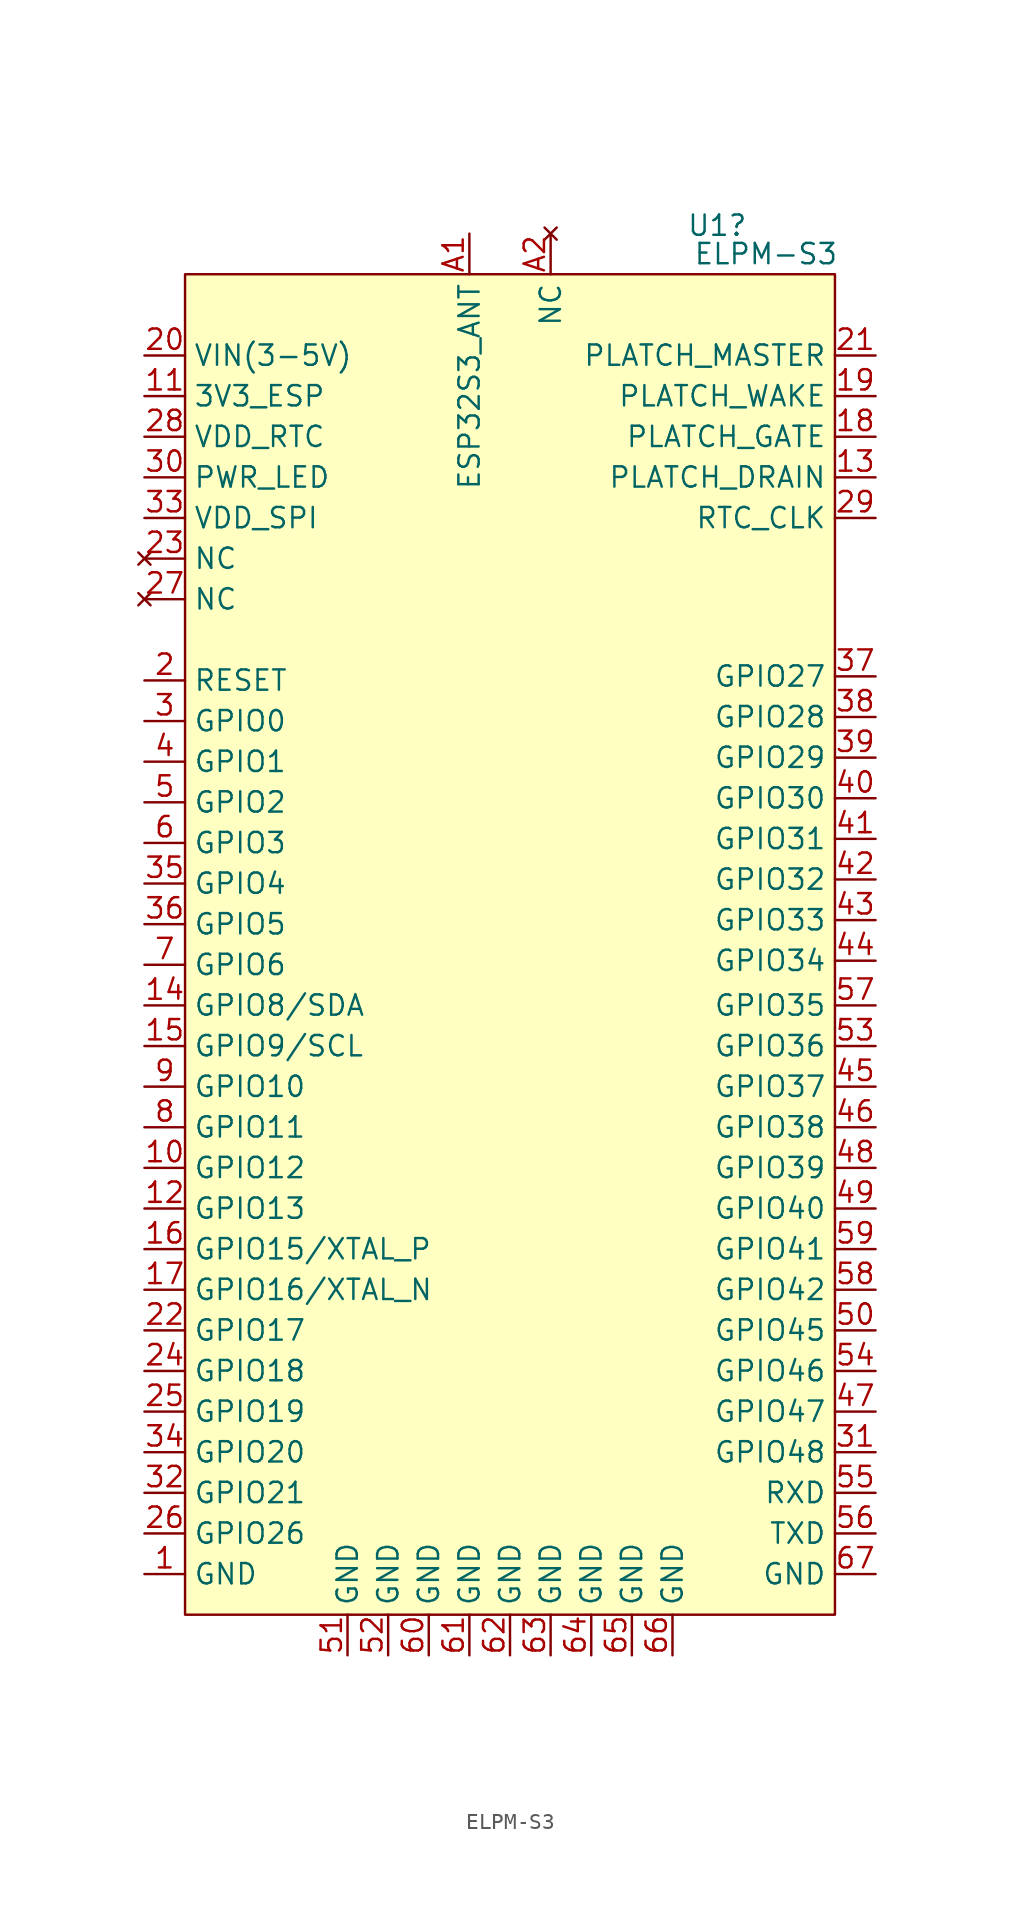
<source format=kicad_sym>
(kicad_symbol_lib
  (version 20231120)
  (generator "kicad_symbol_editor")
  (generator_version "8.0")
  (symbol "ELPM-S3"
    (property "Reference" "U1"
      (at 12.954 43.688 0)
      (effects (font (size 1.27 1.27))))
    (property "Value" "ELPM-S3"
      (at 16.002 41.91 0)
      (effects (font (size 1.27 1.27))))
    (symbol "ELPM-S3_1_1"
      (rectangle (start -20.32 40.64) (end 20.32 -43.18) (stroke (width 0) (type default)) (fill (type background)))
      (pin input line (at -22.86 -40.64 0) (length 2.54) (name "GND" (effects (font (size 1.27 1.27)))) (number "1" (effects (font (size 1.27 1.27)))))
      (pin input line (at -22.86 -15.24 0) (length 2.54) (name "GPIO12" (effects (font (size 1.27 1.27)))) (number "10" (effects (font (size 1.27 1.27)))))
      (pin input line (at -22.86 33.02 0) (length 2.54) (name "3V3_ESP" (effects (font (size 1.27 1.27)))) (number "11" (effects (font (size 1.27 1.27)))))
      (pin input line (at -22.86 -17.78 0) (length 2.54) (name "GPIO13" (effects (font (size 1.27 1.27)))) (number "12" (effects (font (size 1.27 1.27)))))
      (pin input line (at 22.86 27.94 180) (length 2.54) (name "PLATCH_DRAIN" (effects (font (size 1.27 1.27)))) (number "13" (effects (font (size 1.27 1.27)))))
      (pin input line (at -22.86 -5.08 0) (length 2.54) (name "GPIO8/SDA" (effects (font (size 1.27 1.27)))) (number "14" (effects (font (size 1.27 1.27)))))
      (pin input line (at -22.86 -7.62 0) (length 2.54) (name "GPIO9/SCL" (effects (font (size 1.27 1.27)))) (number "15" (effects (font (size 1.27 1.27)))))
      (pin input line (at -22.86 -20.32 0) (length 2.54) (name "GPIO15/XTAL_P" (effects (font (size 1.27 1.27)))) (number "16" (effects (font (size 1.27 1.27)))))
      (pin input line (at -22.86 -22.86 0) (length 2.54) (name "GPIO16/XTAL_N" (effects (font (size 1.27 1.27)))) (number "17" (effects (font (size 1.27 1.27)))))
      (pin input line (at 22.86 30.48 180) (length 2.54) (name "PLATCH_GATE" (effects (font (size 1.27 1.27)))) (number "18" (effects (font (size 1.27 1.27)))))
      (pin input line (at 22.86 33.02 180) (length 2.54) (name "PLATCH_WAKE" (effects (font (size 1.27 1.27)))) (number "19" (effects (font (size 1.27 1.27)))))
      (pin input line (at -22.86 15.24 0) (length 2.54) (name "RESET" (effects (font (size 1.27 1.27)))) (number "2" (effects (font (size 1.27 1.27)))))
      (pin input line (at -22.86 35.56 0) (length 2.54) (name "VIN(3-5V)" (effects (font (size 1.27 1.27)))) (number "20" (effects (font (size 1.27 1.27)))))
      (pin input line (at 22.86 35.56 180) (length 2.54) (name "PLATCH_MASTER" (effects (font (size 1.27 1.27)))) (number "21" (effects (font (size 1.27 1.27)))))
      (pin input line (at -22.86 -25.4 0) (length 2.54) (name "GPIO17" (effects (font (size 1.27 1.27)))) (number "22" (effects (font (size 1.27 1.27)))))
      (pin no_connect line (at -22.86 22.86 0) (length 2.54) (name "NC" (effects (font (size 1.27 1.27)))) (number "23" (effects (font (size 1.27 1.27)))))
      (pin input line (at -22.86 -27.94 0) (length 2.54) (name "GPIO18" (effects (font (size 1.27 1.27)))) (number "24" (effects (font (size 1.27 1.27)))))
      (pin input line (at -22.86 -30.48 0) (length 2.54) (name "GPIO19" (effects (font (size 1.27 1.27)))) (number "25" (effects (font (size 1.27 1.27)))))
      (pin input line (at -22.86 -38.1 0) (length 2.54) (name "GPIO26" (effects (font (size 1.27 1.27)))) (number "26" (effects (font (size 1.27 1.27)))))
      (pin no_connect line (at -22.86 20.32 0) (length 2.54) (name "NC" (effects (font (size 1.27 1.27)))) (number "27" (effects (font (size 1.27 1.27)))))
      (pin input line (at -22.86 30.48 0) (length 2.54) (name "VDD_RTC" (effects (font (size 1.27 1.27)))) (number "28" (effects (font (size 1.27 1.27)))))
      (pin input line (at 22.86 25.4 180) (length 2.54) (name "RTC_CLK" (effects (font (size 1.27 1.27)))) (number "29" (effects (font (size 1.27 1.27)))))
      (pin input line (at -22.86 12.7 0) (length 2.54) (name "GPIO0" (effects (font (size 1.27 1.27)))) (number "3" (effects (font (size 1.27 1.27)))))
      (pin input line (at -22.86 27.94 0) (length 2.54) (name "PWR_LED" (effects (font (size 1.27 1.27)))) (number "30" (effects (font (size 1.27 1.27)))))
      (pin input line (at 22.86 -33.02 180) (length 2.54) (name "GPIO48" (effects (font (size 1.27 1.27)))) (number "31" (effects (font (size 1.27 1.27)))))
      (pin input line (at -22.86 -35.56 0) (length 2.54) (name "GPIO21" (effects (font (size 1.27 1.27)))) (number "32" (effects (font (size 1.27 1.27)))))
      (pin input line (at -22.86 25.4 0) (length 2.54) (name "VDD_SPI" (effects (font (size 1.27 1.27)))) (number "33" (effects (font (size 1.27 1.27)))))
      (pin input line (at -22.86 -33.02 0) (length 2.54) (name "GPIO20" (effects (font (size 1.27 1.27)))) (number "34" (effects (font (size 1.27 1.27)))))
      (pin input line (at -22.86 2.54 0) (length 2.54) (name "GPIO4" (effects (font (size 1.27 1.27)))) (number "35" (effects (font (size 1.27 1.27)))))
      (pin input line (at -22.86 0 0) (length 2.54) (name "GPIO5" (effects (font (size 1.27 1.27)))) (number "36" (effects (font (size 1.27 1.27)))))
      (pin input line (at 22.86 15.494 180) (length 2.54) (name "GPIO27" (effects (font (size 1.27 1.27)))) (number "37" (effects (font (size 1.27 1.27)))))
      (pin input line (at 22.86 12.954 180) (length 2.54) (name "GPIO28" (effects (font (size 1.27 1.27)))) (number "38" (effects (font (size 1.27 1.27)))))
      (pin input line (at 22.86 10.414 180) (length 2.54) (name "GPIO29" (effects (font (size 1.27 1.27)))) (number "39" (effects (font (size 1.27 1.27)))))
      (pin input line (at -22.86 10.16 0) (length 2.54) (name "GPIO1" (effects (font (size 1.27 1.27)))) (number "4" (effects (font (size 1.27 1.27)))))
      (pin input line (at 22.86 7.874 180) (length 2.54) (name "GPIO30" (effects (font (size 1.27 1.27)))) (number "40" (effects (font (size 1.27 1.27)))))
      (pin input line (at 22.86 5.334 180) (length 2.54) (name "GPIO31" (effects (font (size 1.27 1.27)))) (number "41" (effects (font (size 1.27 1.27)))))
      (pin input line (at 22.86 2.794 180) (length 2.54) (name "GPIO32" (effects (font (size 1.27 1.27)))) (number "42" (effects (font (size 1.27 1.27)))))
      (pin input line (at 22.86 0.254 180) (length 2.54) (name "GPIO33" (effects (font (size 1.27 1.27)))) (number "43" (effects (font (size 1.27 1.27)))))
      (pin input line (at 22.86 -2.286 180) (length 2.54) (name "GPIO34" (effects (font (size 1.27 1.27)))) (number "44" (effects (font (size 1.27 1.27)))))
      (pin input line (at 22.86 -10.16 180) (length 2.54) (name "GPIO37" (effects (font (size 1.27 1.27)))) (number "45" (effects (font (size 1.27 1.27)))))
      (pin input line (at 22.86 -12.7 180) (length 2.54) (name "GPIO38" (effects (font (size 1.27 1.27)))) (number "46" (effects (font (size 1.27 1.27)))))
      (pin input line (at 22.86 -30.48 180) (length 2.54) (name "GPIO47" (effects (font (size 1.27 1.27)))) (number "47" (effects (font (size 1.27 1.27)))))
      (pin input line (at 22.86 -15.24 180) (length 2.54) (name "GPIO39" (effects (font (size 1.27 1.27)))) (number "48" (effects (font (size 1.27 1.27)))))
      (pin input line (at 22.86 -17.78 180) (length 2.54) (name "GPIO40" (effects (font (size 1.27 1.27)))) (number "49" (effects (font (size 1.27 1.27)))))
      (pin input line (at -22.86 7.62 0) (length 2.54) (name "GPIO2" (effects (font (size 1.27 1.27)))) (number "5" (effects (font (size 1.27 1.27)))))
      (pin input line (at 22.86 -25.4 180) (length 2.54) (name "GPIO45" (effects (font (size 1.27 1.27)))) (number "50" (effects (font (size 1.27 1.27)))))
      (pin input line (at -10.16 -45.72 90) (length 2.54) (name "GND" (effects (font (size 1.27 1.27)))) (number "51" (effects (font (size 1.27 1.27)))))
      (pin input line (at -7.62 -45.72 90) (length 2.54) (name "GND" (effects (font (size 1.27 1.27)))) (number "52" (effects (font (size 1.27 1.27)))))
      (pin input line (at 22.86 -7.62 180) (length 2.54) (name "GPIO36" (effects (font (size 1.27 1.27)))) (number "53" (effects (font (size 1.27 1.27)))))
      (pin input line (at 22.86 -27.94 180) (length 2.54) (name "GPIO46" (effects (font (size 1.27 1.27)))) (number "54" (effects (font (size 1.27 1.27)))))
      (pin input line (at 22.86 -35.56 180) (length 2.54) (name "RXD" (effects (font (size 1.27 1.27)))) (number "55" (effects (font (size 1.27 1.27)))))
      (pin input line (at 22.86 -38.1 180) (length 2.54) (name "TXD" (effects (font (size 1.27 1.27)))) (number "56" (effects (font (size 1.27 1.27)))))
      (pin input line (at 22.86 -5.08 180) (length 2.54) (name "GPIO35" (effects (font (size 1.27 1.27)))) (number "57" (effects (font (size 1.27 1.27)))))
      (pin input line (at 22.86 -22.86 180) (length 2.54) (name "GPIO42" (effects (font (size 1.27 1.27)))) (number "58" (effects (font (size 1.27 1.27)))))
      (pin input line (at 22.86 -20.32 180) (length 2.54) (name "GPIO41" (effects (font (size 1.27 1.27)))) (number "59" (effects (font (size 1.27 1.27)))))
      (pin input line (at -22.86 5.08 0) (length 2.54) (name "GPIO3" (effects (font (size 1.27 1.27)))) (number "6" (effects (font (size 1.27 1.27)))))
      (pin input line (at -5.08 -45.72 90) (length 2.54) (name "GND" (effects (font (size 1.27 1.27)))) (number "60" (effects (font (size 1.27 1.27)))))
      (pin input line (at -2.54 -45.72 90) (length 2.54) (name "GND" (effects (font (size 1.27 1.27)))) (number "61" (effects (font (size 1.27 1.27)))))
      (pin input line (at 0 -45.72 90) (length 2.54) (name "GND" (effects (font (size 1.27 1.27)))) (number "62" (effects (font (size 1.27 1.27)))))
      (pin input line (at 2.54 -45.72 90) (length 2.54) (name "GND" (effects (font (size 1.27 1.27)))) (number "63" (effects (font (size 1.27 1.27)))))
      (pin input line (at 5.08 -45.72 90) (length 2.54) (name "GND" (effects (font (size 1.27 1.27)))) (number "64" (effects (font (size 1.27 1.27)))))
      (pin input line (at 7.62 -45.72 90) (length 2.54) (name "GND" (effects (font (size 1.27 1.27)))) (number "65" (effects (font (size 1.27 1.27)))))
      (pin input line (at 10.16 -45.72 90) (length 2.54) (name "GND" (effects (font (size 1.27 1.27)))) (number "66" (effects (font (size 1.27 1.27)))))
      (pin input line (at 22.86 -40.64 180) (length 2.54) (name "GND" (effects (font (size 1.27 1.27)))) (number "67" (effects (font (size 1.27 1.27)))))
      (pin input line (at -22.86 -2.54 0) (length 2.54) (name "GPIO6" (effects (font (size 1.27 1.27)))) (number "7" (effects (font (size 1.27 1.27)))))
      (pin input line (at -22.86 -12.7 0) (length 2.54) (name "GPIO11" (effects (font (size 1.27 1.27)))) (number "8" (effects (font (size 1.27 1.27)))))
      (pin input line (at -22.86 -10.16 0) (length 2.54) (name "GPIO10" (effects (font (size 1.27 1.27)))) (number "9" (effects (font (size 1.27 1.27)))))
      (pin input line (at -2.54 43.18 270) (length 2.54) (name "ESP32S3_ANT" (effects (font (size 1.27 1.27)))) (number "A1" (effects (font (size 1.27 1.27)))))
      (pin no_connect line (at 2.54 43.18 270) (length 2.54) (name "NC" (effects (font (size 1.27 1.27)))) (number "A2" (effects (font (size 1.27 1.27))))))))
</source>
